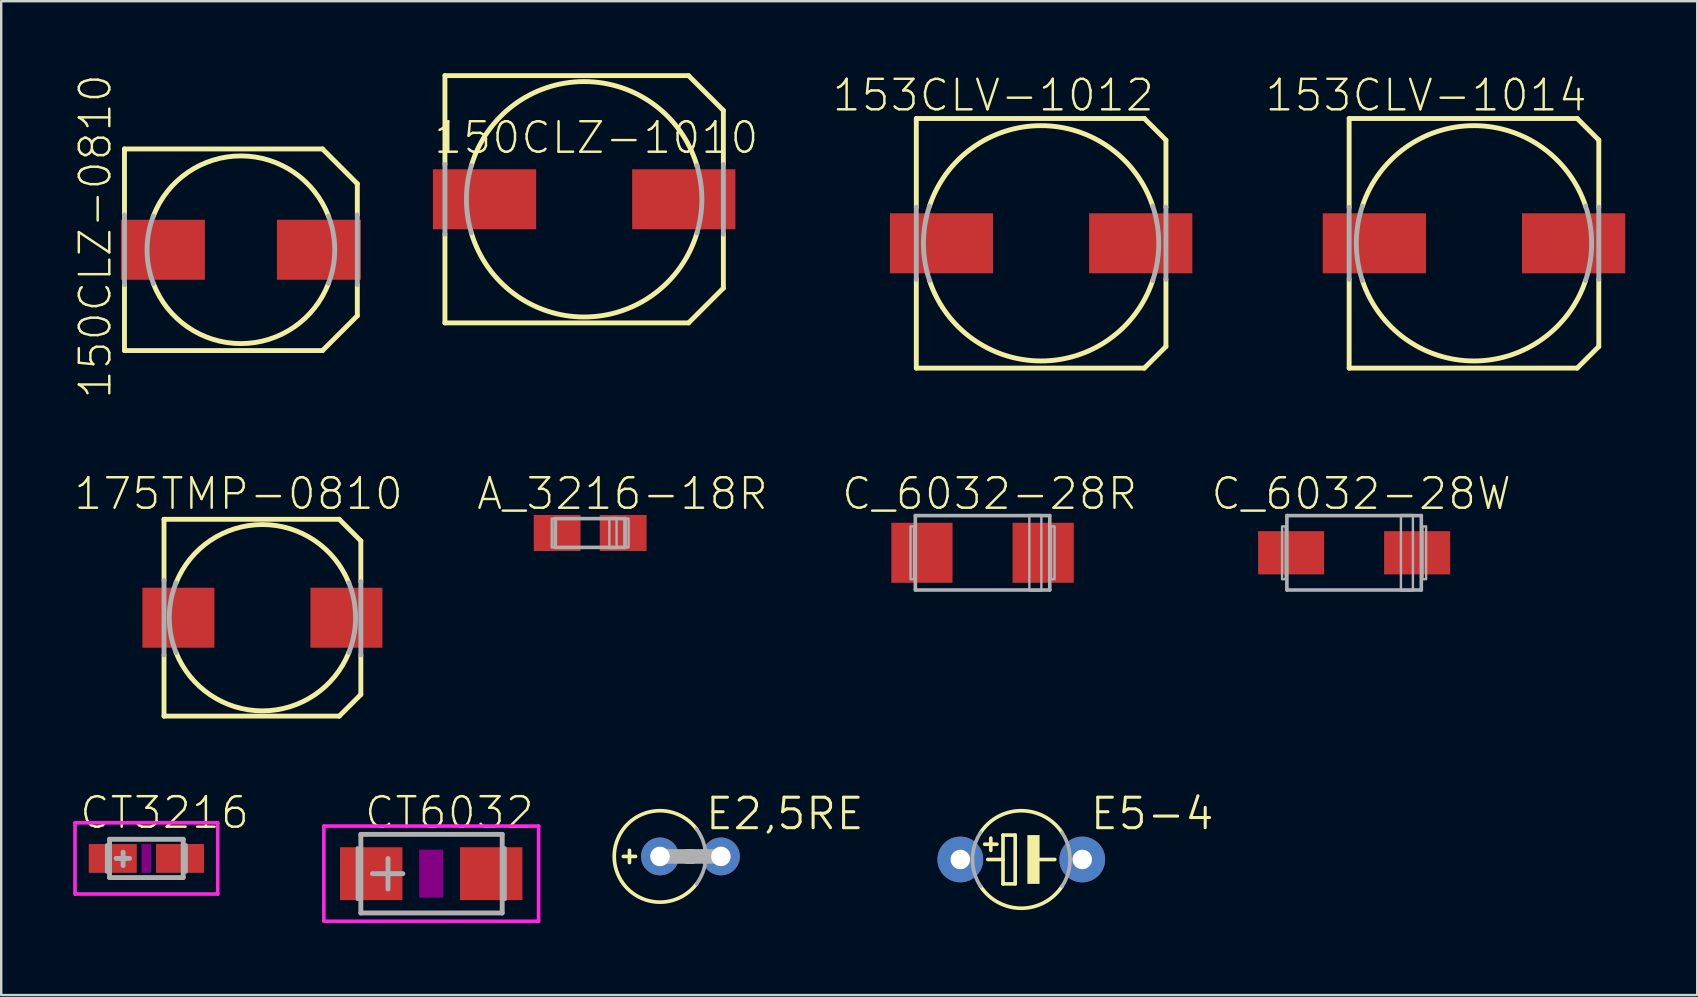
<source format=kicad_pcb>
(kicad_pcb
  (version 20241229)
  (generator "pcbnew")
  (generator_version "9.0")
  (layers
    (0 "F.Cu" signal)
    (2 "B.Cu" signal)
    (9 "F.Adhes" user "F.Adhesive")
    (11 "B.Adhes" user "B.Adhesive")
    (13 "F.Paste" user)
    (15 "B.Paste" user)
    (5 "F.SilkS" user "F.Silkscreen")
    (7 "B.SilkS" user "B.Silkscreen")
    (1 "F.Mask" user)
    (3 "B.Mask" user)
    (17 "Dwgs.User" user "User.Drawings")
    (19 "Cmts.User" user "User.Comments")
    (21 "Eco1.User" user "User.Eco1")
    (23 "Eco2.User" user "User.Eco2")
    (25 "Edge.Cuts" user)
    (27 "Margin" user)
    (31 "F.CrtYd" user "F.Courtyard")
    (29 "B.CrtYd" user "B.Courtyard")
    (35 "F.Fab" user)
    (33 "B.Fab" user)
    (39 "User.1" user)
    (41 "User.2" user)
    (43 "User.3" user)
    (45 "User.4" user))
  (footprint "150CLZ-1010"
    (layer "F.Cu")
    (at 21.286 5.252)
    (property "Reference" "150CLZ-1010" (at 0.506 -2.565 0) (layer "F.SilkS") (effects (font (size 1.27 1.27) (thickness 0.102))))
    (attr through_hole)
    (fp_line (start -5.8 -5.15) (end 4.35 -5.15) (stroke (width 0.203) (type solid)) (layer "F.SilkS"))
    (fp_line (start -5.8 -1.45) (end -5.8 -5.15) (stroke (width 0.203) (type solid)) (layer "F.SilkS"))
    (fp_line (start -5.8 5.15) (end -5.8 1.45) (stroke (width 0.203) (type solid)) (layer "F.SilkS"))
    (fp_line (start 4.35 5.15) (end -5.8 5.15) (stroke (width 0.203) (type solid)) (layer "F.SilkS"))
    (fp_line (start 5.8 -3.7) (end 4.35 -5.15) (stroke (width 0.203) (type solid)) (layer "F.SilkS"))
    (fp_line (start 5.8 -3.7) (end 5.8 -1.45) (stroke (width 0.203) (type solid)) (layer "F.SilkS"))
    (fp_line (start 5.8 1.45) (end 5.8 3.7) (stroke (width 0.203) (type solid)) (layer "F.SilkS"))
    (fp_line (start 5.8 3.7) (end 4.35 5.15) (stroke (width 0.203) (type solid)) (layer "F.SilkS"))
    (fp_arc (start -4.7 -1.4) (mid -0.000001 -4.90408) (end 4.699999 -1.400002) (stroke (width 0.2032) (type solid)) (layer "F.SilkS"))
    (fp_arc (start 4.699999 1.400002) (mid -0.000001 4.90408) (end -4.7 1.4) (stroke (width 0.2032) (type solid)) (layer "F.SilkS"))
    (fp_line (start -5.8 1.45) (end -5.8 -1.45) (stroke (width 0.203) (type solid)) (layer "F.Fab"))
    (fp_line (start 5.8 -1.45) (end 5.8 1.45) (stroke (width 0.203) (type solid)) (layer "F.Fab"))
    (fp_arc (start -4.7 1.4) (mid -4.90408 0) (end -4.7 -1.4) (stroke (width 0.2032) (type solid)) (layer "F.Fab"))
    (fp_arc (start 4.7 -1.4) (mid 4.90408 0) (end 4.7 1.4) (stroke (width 0.2032) (type solid)) (layer "F.Fab"))
    (pad "+" smd rect (at 4.15 0) (size 4.3 2.5) (layers "F.Cu" "F.Mask" "F.Paste"))
    (pad "-" smd rect (at -4.15 0) (size 4.3 2.5) (layers "F.Cu" "F.Mask" "F.Paste")))
  (footprint "150CLZ-0810"
    (layer "F.Cu")
    (at 6.986 7.355)
    (property "Reference" "150CLZ-0810" (at -6.065 -0.556 90) (layer "F.SilkS") (effects (font (size 1.27 1.27) (thickness 0.102))))
    (attr through_hole)
    (fp_line (start -4.85 -4.2) (end 3.4 -4.2) (stroke (width 0.203) (type solid)) (layer "F.SilkS"))
    (fp_line (start -4.85 -1.45) (end -4.85 -4.2) (stroke (width 0.203) (type solid)) (layer "F.SilkS"))
    (fp_line (start -4.85 4.2) (end -4.85 1.45) (stroke (width 0.203) (type solid)) (layer "F.SilkS"))
    (fp_line (start 3.4 4.2) (end -4.85 4.2) (stroke (width 0.203) (type solid)) (layer "F.SilkS"))
    (fp_line (start 4.85 -2.75) (end 3.4 -4.2) (stroke (width 0.203) (type solid)) (layer "F.SilkS"))
    (fp_line (start 4.85 -2.75) (end 4.85 -1.45) (stroke (width 0.203) (type solid)) (layer "F.SilkS"))
    (fp_line (start 4.85 1.45) (end 4.85 2.75) (stroke (width 0.203) (type solid)) (layer "F.SilkS"))
    (fp_line (start 4.85 2.75) (end 3.4 4.2) (stroke (width 0.203) (type solid)) (layer "F.SilkS"))
    (fp_arc (start -3.65 -1.4) (mid 0 -3.909284) (end 3.65 -1.4) (stroke (width 0.2032) (type solid)) (layer "F.SilkS"))
    (fp_arc (start 3.65 1.4) (mid 0 3.909284) (end -3.65 1.4) (stroke (width 0.2032) (type solid)) (layer "F.SilkS"))
    (fp_line (start -4.85 1.45) (end -4.85 -1.45) (stroke (width 0.203) (type solid)) (layer "F.Fab"))
    (fp_line (start 4.85 -1.45) (end 4.85 1.45) (stroke (width 0.203) (type solid)) (layer "F.Fab"))
    (fp_arc (start -3.65 1.4) (mid -3.909284 0) (end -3.65 -1.4) (stroke (width 0.2032) (type solid)) (layer "F.Fab"))
    (fp_arc (start 3.65 -1.4) (mid 3.909284 0) (end 3.65 1.4) (stroke (width 0.2032) (type solid)) (layer "F.Fab"))
    (pad "+" smd rect (at 3.25 0) (size 3.5 2.5) (layers "F.Cu" "F.Mask" "F.Paste"))
    (pad "-" smd rect (at -3.25 0) (size 3.5 2.5) (layers "F.Cu" "F.Mask" "F.Paste")))
  (footprint "CT6032"
    (layer "F.Cu")
    (at 14.915 33.347)
    (property "Reference" "CT6032" (at 0.756 -2.54 0) (layer "F.SilkS") (effects (font (size 1.27 1.27) (thickness 0.102))))
    (attr through_hole)
    (fp_poly (pts (xy -0.5 -1) (xy 0.5 -1) (xy 0.5 1) (xy -0.5 1)) (stroke (width 0) (type solid)) (fill yes) (layer "F.Adhes"))
    (fp_line (start -4.473 -1.983) (end 4.473 -1.983) (stroke (width 0.15) (type solid)) (layer "F.CrtYd"))
    (fp_line (start -4.473 1.983) (end -4.473 -1.983) (stroke (width 0.15) (type solid)) (layer "F.CrtYd"))
    (fp_line (start 4.473 -1.983) (end 4.473 1.983) (stroke (width 0.15) (type solid)) (layer "F.CrtYd"))
    (fp_line (start 4.473 1.983) (end -4.473 1.983) (stroke (width 0.15) (type solid)) (layer "F.CrtYd"))
    (fp_line (start -3.073 -1.067) (end -3.073 1.067) (stroke (width 0.152) (type solid)) (layer "F.Fab"))
    (fp_line (start -2.932 1.637) (end -2.932 -1.637) (stroke (width 0.203) (type solid)) (layer "F.Fab"))
    (fp_line (start -1.8 -0.63) (end -1.8 0.64) (stroke (width 0.203) (type solid)) (layer "F.Fab"))
    (fp_line (start -1.18 0) (end -2.45 0) (stroke (width 0.203) (type solid)) (layer "F.Fab"))
    (fp_line (start 2.957 -1.637) (end -2.932 -1.637) (stroke (width 0.203) (type solid)) (layer "F.Fab"))
    (fp_line (start 2.957 1.637) (end -2.932 1.637) (stroke (width 0.203) (type solid)) (layer "F.Fab"))
    (fp_line (start 2.957 1.637) (end 2.957 -1.637) (stroke (width 0.203) (type solid)) (layer "F.Fab"))
    (fp_line (start 3.073 -1.067) (end 3.073 1.067) (stroke (width 0.152) (type solid)) (layer "F.Fab"))
    (pad "+" smd rect (at -2.5 0) (size 2.6 2.2) (layers "F.Cu" "F.Mask" "F.Paste"))
    (pad "-" smd rect (at 2.5 0) (size 2.6 2.2) (layers "F.Cu" "F.Mask" "F.Paste")))
  (footprint "175TMP-0810"
    (layer "F.Cu")
    (at 7.883 22.684)
    (property "Reference" "175TMP-0810" (at -0.994 -5.165 0) (layer "F.SilkS") (effects (font (size 1.27 1.27) (thickness 0.102))))
    (attr through_hole)
    (fp_line (start -4.1 -4.1) (end 3.2 -4.1) (stroke (width 0.203) (type solid)) (layer "F.SilkS"))
    (fp_line (start -4.1 -1.55) (end -4.1 -4.1) (stroke (width 0.203) (type solid)) (layer "F.SilkS"))
    (fp_line (start -4.1 4.1) (end -4.1 1.55) (stroke (width 0.203) (type solid)) (layer "F.SilkS"))
    (fp_line (start 3.2 -4.1) (end 4.1 -3.2) (stroke (width 0.203) (type solid)) (layer "F.SilkS"))
    (fp_line (start 3.2 4.1) (end -4.1 4.1) (stroke (width 0.203) (type solid)) (layer "F.SilkS"))
    (fp_line (start 4.1 -3.2) (end 4.1 -1.5) (stroke (width 0.203) (type solid)) (layer "F.SilkS"))
    (fp_line (start 4.1 1.55) (end 4.1 3.2) (stroke (width 0.203) (type solid)) (layer "F.SilkS"))
    (fp_line (start 4.1 3.2) (end 3.2 4.1) (stroke (width 0.203) (type solid)) (layer "F.SilkS"))
    (fp_arc (start -3.6 -1.45) (mid -0.000001 -3.881044) (end 3.599999 -1.450002) (stroke (width 0.2032) (type solid)) (layer "F.SilkS"))
    (fp_arc (start 3.599999 1.450002) (mid -0.000001 3.881043) (end -3.6 1.45) (stroke (width 0.2032) (type solid)) (layer "F.SilkS"))
    (fp_line (start -4.1 1.55) (end -4.1 -1.55) (stroke (width 0.203) (type solid)) (layer "F.Fab"))
    (fp_line (start 4.1 -1.5) (end 4.1 1.55) (stroke (width 0.203) (type solid)) (layer "F.Fab"))
    (fp_arc (start -3.6 1.45) (mid -3.881044 0) (end -3.6 -1.45) (stroke (width 0.2032) (type solid)) (layer "F.Fab"))
    (fp_arc (start 3.6 -1.45) (mid 3.881044 0) (end 3.6 1.45) (stroke (width 0.2032) (type solid)) (layer "F.Fab"))
    (pad "+" smd rect (at 3.5 0) (size 3 2.5) (layers "F.Cu" "F.Mask" "F.Paste"))
    (pad "-" smd rect (at -3.5 0) (size 3 2.5) (layers "F.Cu" "F.Mask" "F.Paste")))
  (footprint "E5-4"
    (layer "F.Cu")
    (at 39.497 32.756)
    (property "Reference" "E5-4" (at 5.455 -1.905 0) (layer "F.SilkS") (effects (font (size 1.27 1.27) (thickness 0.127))))
    (attr through_hole)
    (fp_line (start -1.524 -0.635) (end -1.016 -0.635) (stroke (width 0.152) (type solid)) (layer "F.SilkS"))
    (fp_line (start -1.397 0) (end -0.762 0) (stroke (width 0.152) (type solid)) (layer "F.SilkS"))
    (fp_line (start -1.27 -0.381) (end -1.27 -0.889) (stroke (width 0.152) (type solid)) (layer "F.SilkS"))
    (fp_line (start -0.762 -1.016) (end -0.762 0) (stroke (width 0.152) (type solid)) (layer "F.SilkS"))
    (fp_line (start -0.762 0) (end -0.762 1.016) (stroke (width 0.152) (type solid)) (layer "F.SilkS"))
    (fp_line (start -0.762 1.016) (end -0.254 1.016) (stroke (width 0.152) (type solid)) (layer "F.SilkS"))
    (fp_line (start -0.254 -1.016) (end -0.762 -1.016) (stroke (width 0.152) (type solid)) (layer "F.SilkS"))
    (fp_line (start -0.254 1.016) (end -0.254 -1.016) (stroke (width 0.152) (type solid)) (layer "F.SilkS"))
    (fp_line (start 0.635 0) (end 1.397 0) (stroke (width 0.152) (type solid)) (layer "F.SilkS"))
    (fp_arc (start -1.6985 -1.1153) (mid -0.000001 -2.031944) (end 1.698499 -1.115301) (stroke (width 0.1524) (type solid)) (layer "F.SilkS"))
    (fp_arc (start 1.698499 1.115301) (mid -0.000001 2.031944) (end -1.6985 1.1153) (stroke (width 0.1524) (type solid)) (layer "F.SilkS"))
    (fp_poly (pts (xy 0.254 -1.016) (xy 0.762 -1.016) (xy 0.762 1.016) (xy 0.254 1.016)) (stroke (width 0) (type solid)) (fill yes) (layer "F.SilkS"))
    (fp_arc (start -1.6985 1.1153) (mid -2.031944 0) (end -1.6985 -1.1153) (stroke (width 0.1524) (type solid)) (layer "F.Fab"))
    (fp_arc (start 1.6985 -1.1153) (mid 2.031944 0) (end 1.6985 1.1153) (stroke (width 0.1524) (type solid)) (layer "F.Fab"))
    (pad "+" thru_hole circle (at -2.54 0) (size 1.905 1.905) (drill 0.813) (layers "*.Cu" "*.Mask"))
    (pad "-" thru_hole circle (at 2.54 0) (size 1.905 1.905) (drill 0.813) (layers "*.Cu" "*.Mask")))
  (footprint "153CLV-1014"
    (layer "F.Cu")
    (at 58.356 7.086)
    (property "Reference" "153CLV-1014" (at -1.994 -6.165 0) (layer "F.SilkS") (effects (font (size 1.27 1.27) (thickness 0.102))))
    (attr through_hole)
    (fp_line (start -5.2 -5.2) (end 4.3 -5.2) (stroke (width 0.203) (type solid)) (layer "F.SilkS"))
    (fp_line (start -5.2 -1.5) (end -5.2 -5.2) (stroke (width 0.203) (type solid)) (layer "F.SilkS"))
    (fp_line (start -5.2 5.2) (end -5.2 1.5) (stroke (width 0.203) (type solid)) (layer "F.SilkS"))
    (fp_line (start 4.3 -5.2) (end 5.2 -4.3) (stroke (width 0.203) (type solid)) (layer "F.SilkS"))
    (fp_line (start 4.3 5.2) (end -5.2 5.2) (stroke (width 0.203) (type solid)) (layer "F.SilkS"))
    (fp_line (start 5.2 -4.3) (end 5.2 -1.5) (stroke (width 0.203) (type solid)) (layer "F.SilkS"))
    (fp_line (start 5.2 1.5) (end 5.2 4.3) (stroke (width 0.203) (type solid)) (layer "F.SilkS"))
    (fp_line (start 5.2 4.3) (end 4.3 5.2) (stroke (width 0.203) (type solid)) (layer "F.SilkS"))
    (fp_arc (start -4.65 -1.55) (mid 0 -4.90153) (end 4.65 -1.55) (stroke (width 0.2032) (type solid)) (layer "F.SilkS"))
    (fp_arc (start 4.65 1.55) (mid 0 4.90153) (end -4.65 1.55) (stroke (width 0.2032) (type solid)) (layer "F.SilkS"))
    (fp_line (start -5.2 1.5) (end -5.2 -1.5) (stroke (width 0.203) (type solid)) (layer "F.Fab"))
    (fp_line (start 5.2 -1.5) (end 5.2 1.5) (stroke (width 0.203) (type solid)) (layer "F.Fab"))
    (fp_arc (start -4.65 1.55) (mid -4.90153 0) (end -4.65 -1.55) (stroke (width 0.2032) (type solid)) (layer "F.Fab"))
    (fp_arc (start 4.65 -1.55) (mid 4.90153 0) (end 4.65 1.55) (stroke (width 0.2032) (type solid)) (layer "F.Fab"))
    (pad "+" smd rect (at 4.15 0) (size 4.3 2.5) (layers "F.Cu" "F.Mask" "F.Paste"))
    (pad "-" smd rect (at -4.15 0) (size 4.3 2.5) (layers "F.Cu" "F.Mask" "F.Paste")))
  (footprint "153CLV-1012"
    (layer "F.Cu")
    (at 40.323 7.086)
    (property "Reference" "153CLV-1012" (at -1.994 -6.165 0) (layer "F.SilkS") (effects (font (size 1.27 1.27) (thickness 0.102))))
    (attr through_hole)
    (fp_line (start -5.2 -5.2) (end 4.3 -5.2) (stroke (width 0.203) (type solid)) (layer "F.SilkS"))
    (fp_line (start -5.2 -1.5) (end -5.2 -5.2) (stroke (width 0.203) (type solid)) (layer "F.SilkS"))
    (fp_line (start -5.2 5.2) (end -5.2 1.5) (stroke (width 0.203) (type solid)) (layer "F.SilkS"))
    (fp_line (start 4.3 -5.2) (end 5.2 -4.3) (stroke (width 0.203) (type solid)) (layer "F.SilkS"))
    (fp_line (start 4.3 5.2) (end -5.2 5.2) (stroke (width 0.203) (type solid)) (layer "F.SilkS"))
    (fp_line (start 5.2 -4.3) (end 5.2 -1.5) (stroke (width 0.203) (type solid)) (layer "F.SilkS"))
    (fp_line (start 5.2 1.5) (end 5.2 4.3) (stroke (width 0.203) (type solid)) (layer "F.SilkS"))
    (fp_line (start 5.2 4.3) (end 4.3 5.2) (stroke (width 0.203) (type solid)) (layer "F.SilkS"))
    (fp_arc (start -4.65 -1.55) (mid 0 -4.90153) (end 4.65 -1.55) (stroke (width 0.2032) (type solid)) (layer "F.SilkS"))
    (fp_arc (start 4.65 1.55) (mid 0 4.90153) (end -4.65 1.55) (stroke (width 0.2032) (type solid)) (layer "F.SilkS"))
    (fp_line (start -5.2 1.5) (end -5.2 -1.5) (stroke (width 0.203) (type solid)) (layer "F.Fab"))
    (fp_line (start 5.2 -1.5) (end 5.2 1.5) (stroke (width 0.203) (type solid)) (layer "F.Fab"))
    (fp_arc (start -4.65 1.55) (mid -4.90153 0) (end -4.65 -1.55) (stroke (width 0.2032) (type solid)) (layer "F.Fab"))
    (fp_arc (start 4.65 -1.55) (mid 4.90153 0) (end 4.65 1.55) (stroke (width 0.2032) (type solid)) (layer "F.Fab"))
    (pad "+" smd rect (at 4.15 0) (size 4.3 2.5) (layers "F.Cu" "F.Mask" "F.Paste"))
    (pad "-" smd rect (at -4.15 0) (size 4.3 2.5) (layers "F.Cu" "F.Mask" "F.Paste")))
  (footprint "C_6032-28R"
    (layer "F.Cu")
    (at 37.883 19.979)
    (property "Reference" "C_6032-28R" (at 0.296 -2.46 0) (layer "F.SilkS") (effects (font (size 1.27 1.27) (thickness 0.102))))
    (attr through_hole)
    (fp_line (start -2.8 -1.55) (end 2.8 -1.55) (stroke (width 0.15) (type solid)) (layer "F.Fab"))
    (fp_line (start -2.8 1.55) (end -2.8 -1.55) (stroke (width 0.15) (type solid)) (layer "F.Fab"))
    (fp_line (start 2.8 -1.55) (end 2.8 1.55) (stroke (width 0.15) (type solid)) (layer "F.Fab"))
    (fp_line (start 2.8 1.55) (end -2.8 1.55) (stroke (width 0.15) (type solid)) (layer "F.Fab"))
    (fp_poly (pts (xy -3 -1.1) (xy -2.85 -1.1) (xy -2.85 1.1) (xy -3 1.1)) (stroke (width 0.1) (type solid)) (fill no) (layer "F.Fab"))
    (fp_poly (pts (xy 1.95 -1.575) (xy 2.45 -1.575) (xy 2.45 1.575) (xy 1.95 1.575)) (stroke (width 0.1) (type solid)) (fill no) (layer "F.Fab"))
    (fp_poly (pts (xy 2.85 -1.1) (xy 3 -1.1) (xy 3 1.1) (xy 2.85 1.1)) (stroke (width 0.1) (type solid)) (fill no) (layer "F.Fab"))
    (pad "+" smd rect (at 2.525 0) (size 2.55 2.5) (layers "F.Cu" "F.Mask" "F.Paste"))
    (pad "-" smd rect (at -2.525 0) (size 2.55 2.5) (layers "F.Cu" "F.Mask" "F.Paste")))
  (footprint "A_3216-18R"
    (layer "F.Cu")
    (at 21.536 19.154)
    (property "Reference" "A_3216-18R" (at 1.346 -1.635 0) (layer "F.SilkS") (effects (font (size 1.27 1.27) (thickness 0.102))))
    (attr through_hole)
    (fp_line (start -1.45 -0.6) (end 1.45 -0.6) (stroke (width 0.15) (type solid)) (layer "F.Fab"))
    (fp_line (start -1.45 0.6) (end -1.45 -0.6) (stroke (width 0.15) (type solid)) (layer "F.Fab"))
    (fp_line (start 1.45 -0.6) (end 1.45 0.6) (stroke (width 0.15) (type solid)) (layer "F.Fab"))
    (fp_line (start 1.45 0.6) (end -1.45 0.6) (stroke (width 0.15) (type solid)) (layer "F.Fab"))
    (fp_poly (pts (xy -1.6 -0.6) (xy -1.475 -0.6) (xy -1.475 0.6) (xy -1.6 0.6)) (stroke (width 0.1) (type solid)) (fill no) (layer "F.Fab"))
    (fp_poly (pts (xy 0.8 -0.625) (xy 1.1 -0.625) (xy 1.1 0.625) (xy 0.8 0.625)) (stroke (width 0.1) (type solid)) (fill no) (layer "F.Fab"))
    (fp_poly (pts (xy 1.475 -0.6) (xy 1.6 -0.6) (xy 1.6 0.6) (xy 1.475 0.6)) (stroke (width 0.1) (type solid)) (fill no) (layer "F.Fab"))
    (pad "+" smd rect (at 1.375 0) (size 1.95 1.5) (layers "F.Cu" "F.Mask" "F.Paste"))
    (pad "-" smd rect (at -1.375 0) (size 1.95 1.5) (layers "F.Cu" "F.Mask" "F.Paste")))
  (footprint "C_6032-28W"
    (layer "F.Cu")
    (at 53.362 19.979)
    (property "Reference" "C_6032-28W" (at 0.296 -2.46 0) (layer "F.SilkS") (effects (font (size 1.27 1.27) (thickness 0.102))))
    (attr through_hole)
    (fp_line (start -2.8 -1.55) (end 2.8 -1.55) (stroke (width 0.15) (type solid)) (layer "F.Fab"))
    (fp_line (start -2.8 1.55) (end -2.8 -1.55) (stroke (width 0.15) (type solid)) (layer "F.Fab"))
    (fp_line (start 2.8 -1.55) (end 2.8 1.55) (stroke (width 0.15) (type solid)) (layer "F.Fab"))
    (fp_line (start 2.8 1.55) (end -2.8 1.55) (stroke (width 0.15) (type solid)) (layer "F.Fab"))
    (fp_poly (pts (xy -3 -1.1) (xy -2.85 -1.1) (xy -2.85 1.1) (xy -3 1.1)) (stroke (width 0.1) (type solid)) (fill no) (layer "F.Fab"))
    (fp_poly (pts (xy 1.95 -1.575) (xy 2.45 -1.575) (xy 2.45 1.575) (xy 1.95 1.575)) (stroke (width 0.1) (type solid)) (fill no) (layer "F.Fab"))
    (fp_poly (pts (xy 2.85 -1.1) (xy 3 -1.1) (xy 3 1.1) (xy 2.85 1.1)) (stroke (width 0.1) (type solid)) (fill no) (layer "F.Fab"))
    (pad "+" smd rect (at 2.625 0) (size 2.75 1.8) (layers "F.Cu" "F.Mask" "F.Paste"))
    (pad "-" smd rect (at -2.625 0) (size 2.75 1.8) (layers "F.Cu" "F.Mask" "F.Paste")))
  (footprint "CT3216"
    (layer "F.Cu")
    (at 3.048 32.712)
    (property "Reference" "CT3216" (at 0.756 -1.905 0) (layer "F.SilkS") (effects (font (size 1.27 1.27) (thickness 0.102))))
    (attr through_hole)
    (fp_poly (pts (xy -0.2 -0.6) (xy 0.2 -0.6) (xy 0.2 0.6) (xy -0.2 0.6)) (stroke (width 0) (type solid)) (fill yes) (layer "F.Adhes"))
    (fp_line (start -2.973 -1.483) (end 2.973 -1.483) (stroke (width 0.15) (type solid)) (layer "F.CrtYd"))
    (fp_line (start -2.973 1.483) (end -2.973 -1.483) (stroke (width 0.15) (type solid)) (layer "F.CrtYd"))
    (fp_line (start 2.973 -1.483) (end 2.973 1.483) (stroke (width 0.15) (type solid)) (layer "F.CrtYd"))
    (fp_line (start 2.973 1.483) (end -2.973 1.483) (stroke (width 0.15) (type solid)) (layer "F.CrtYd"))
    (fp_line (start -1.651 -0.559) (end -1.651 0.559) (stroke (width 0.152) (type solid)) (layer "F.Fab"))
    (fp_line (start -1.535 -0.798) (end -1.535 0.798) (stroke (width 0.203) (type solid)) (layer "F.Fab"))
    (fp_line (start -1.535 0.798) (end 1.535 0.798) (stroke (width 0.203) (type solid)) (layer "F.Fab"))
    (fp_line (start -0.97 -0.26) (end -0.97 0.3) (stroke (width 0.203) (type solid)) (layer "F.Fab"))
    (fp_line (start -0.7 0) (end -1.26 0) (stroke (width 0.203) (type solid)) (layer "F.Fab"))
    (fp_line (start 1.535 -0.798) (end -1.535 -0.798) (stroke (width 0.203) (type solid)) (layer "F.Fab"))
    (fp_line (start 1.535 0.798) (end 1.535 -0.798) (stroke (width 0.203) (type solid)) (layer "F.Fab"))
    (fp_line (start 1.651 -0.559) (end 1.651 0.559) (stroke (width 0.152) (type solid)) (layer "F.Fab"))
    (pad "+" smd rect (at -1.4 0) (size 2 1.2) (layers "F.Cu" "F.Mask" "F.Paste"))
    (pad "-" smd rect (at 1.4 0) (size 2 1.2) (layers "F.Cu" "F.Mask" "F.Paste")))
  (footprint "E2,5RE"
    (layer "F.Cu")
    (at 25.714 32.629)
    (property "Reference" "E2,5RE" (at 3.931 -1.778 0) (layer "F.SilkS") (effects (font (size 1.27 1.27) (thickness 0.127))))
    (attr through_hole)
    (fp_line (start -2.794 0) (end -2.286 0) (stroke (width 0.152) (type solid)) (layer "F.SilkS"))
    (fp_line (start -2.54 0.254) (end -2.54 -0.254) (stroke (width 0.152) (type solid)) (layer "F.SilkS"))
    (fp_line (start -0.127 0) (end 0.076 0) (stroke (width 0.61) (type solid)) (layer "F.SilkS"))
    (fp_arc (start 0.254 1.143) (mid -3.175 0) (end 0.254 -1.143) (stroke (width 0.1524) (type solid)) (layer "F.SilkS"))
    (fp_line (start 1.27 0) (end -1.27 0) (stroke (width 0.61) (type solid)) (layer "F.Fab"))
    (fp_arc (start 0.254 -1.143) (mid 0.635 0) (end 0.254 1.143) (stroke (width 0.1524) (type solid)) (layer "F.Fab"))
    (pad "+" thru_hole circle (at -1.27 0) (size 1.575 1.575) (drill 0.813) (layers "*.Cu" "*.Mask"))
    (pad "-" thru_hole circle (at 1.27 0) (size 1.575 1.575) (drill 0.813) (layers "*.Cu" "*.Mask")))
  (gr_rect
    (start -3 -3)
    (end 67.656 38.405)
    (stroke (width 0.1) (type default))
    (fill no)
    (layer "Edge.Cuts")))
</source>
